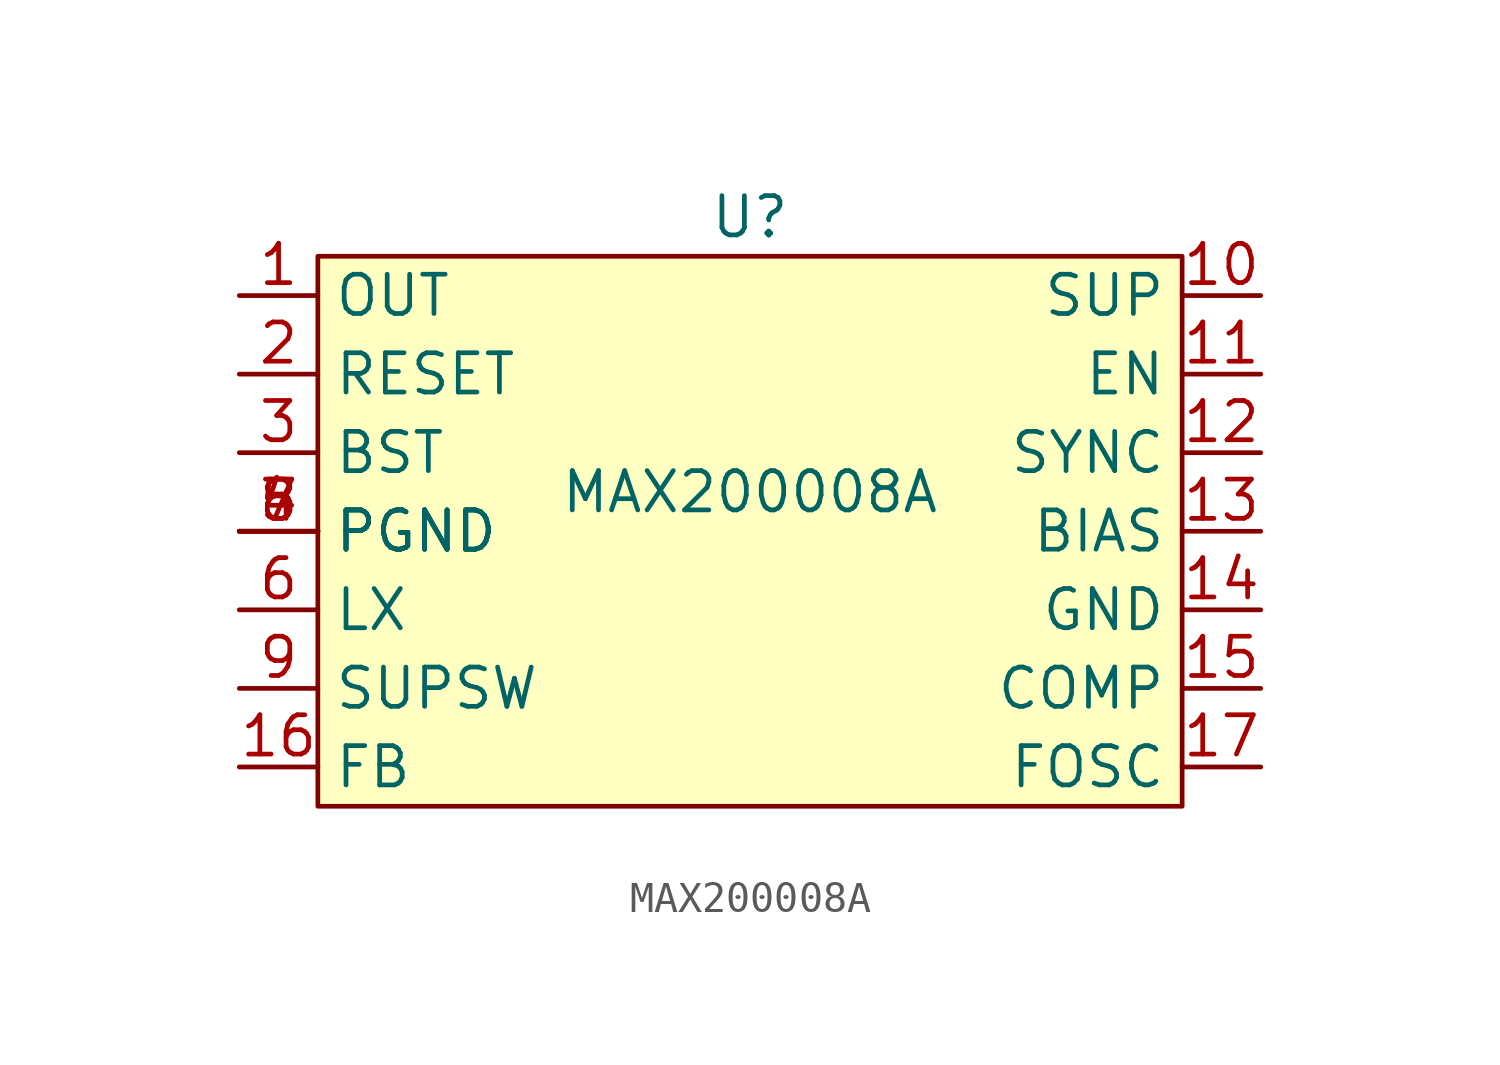
<source format=kicad_sym>
(kicad_symbol_lib
  (version 20211014)
  (generator kicad_symbol_editor)
  (symbol "MAX200008A"
    (property "Reference" "U"
      (at 0 0 0)
      (effects (font (size 1.27 1.27))))
    (property "Value" "MAX200008A"
      (at 0 -8.89 0)
      (effects (font (size 1.27 1.27))))
    (symbol "MAX200008A_0_0"
      (pin power_out line (at -16.51 -2.54 0) (length 2.54) (name "OUT" (effects (font (size 1.27 1.27)))) (number "1" (effects (font (size 1.27 1.27)))))
      (pin bidirectional line (at 16.51 -2.54 180) (length 2.54) (name "SUP" (effects (font (size 1.27 1.27)))) (number "10" (effects (font (size 1.27 1.27)))))
      (pin bidirectional line (at 16.51 -5.08 180) (length 2.54) (name "EN" (effects (font (size 1.27 1.27)))) (number "11" (effects (font (size 1.27 1.27)))))
      (pin bidirectional line (at 16.51 -7.62 180) (length 2.54) (name "SYNC" (effects (font (size 1.27 1.27)))) (number "12" (effects (font (size 1.27 1.27)))))
      (pin bidirectional line (at 16.51 -10.16 180) (length 2.54) (name "BIAS" (effects (font (size 1.27 1.27)))) (number "13" (effects (font (size 1.27 1.27)))))
      (pin bidirectional line (at 16.51 -12.7 180) (length 2.54) (name "GND" (effects (font (size 1.27 1.27)))) (number "14" (effects (font (size 1.27 1.27)))))
      (pin bidirectional line (at 16.51 -15.24 180) (length 2.54) (name "COMP" (effects (font (size 1.27 1.27)))) (number "15" (effects (font (size 1.27 1.27)))))
      (pin bidirectional line (at -16.51 -17.78 0) (length 2.54) (name "FB" (effects (font (size 1.27 1.27)))) (number "16" (effects (font (size 1.27 1.27)))))
      (pin bidirectional line (at 16.51 -17.78 180) (length 2.54) (name "FOSC" (effects (font (size 1.27 1.27)))) (number "17" (effects (font (size 1.27 1.27)))))
      (pin input line (at -16.51 -5.08 0) (length 2.54) (name "RESET" (effects (font (size 1.27 1.27)))) (number "2" (effects (font (size 1.27 1.27)))))
      (pin bidirectional line (at -16.51 -7.62 0) (length 2.54) (name "BST" (effects (font (size 1.27 1.27)))) (number "3" (effects (font (size 1.27 1.27)))))
      (pin power_in line (at -16.51 -10.16 0) (length 2.54) (name "PGND" (effects (font (size 1.27 1.27)))) (number "4" (effects (font (size 1.27 1.27)))))
      (pin power_in line (at -16.51 -10.16 0) (length 2.54) (name "PGND" (effects (font (size 1.27 1.27)))) (number "5" (effects (font (size 1.27 1.27)))))
      (pin power_in line (at -16.51 -12.7 0) (length 2.54) (name "LX" (effects (font (size 1.27 1.27)))) (number "6" (effects (font (size 1.27 1.27)))))
      (pin power_in line (at -16.51 -10.16 0) (length 2.54) (name "PGND" (effects (font (size 1.27 1.27)))) (number "7" (effects (font (size 1.27 1.27)))))
      (pin power_in line (at -16.51 -10.16 0) (length 2.54) (name "PGND" (effects (font (size 1.27 1.27)))) (number "8" (effects (font (size 1.27 1.27)))))
      (pin bidirectional line (at -16.51 -15.24 0) (length 2.54) (name "SUPSW" (effects (font (size 1.27 1.27)))) (number "9" (effects (font (size 1.27 1.27))))))
    (symbol "MAX200008A_0_1"
      (rectangle (start -13.97 -1.27) (end 13.97 -19.05) (stroke (width 0.152) (type default) (color 0 0 0 0)) (fill (type background))))))
</source>
